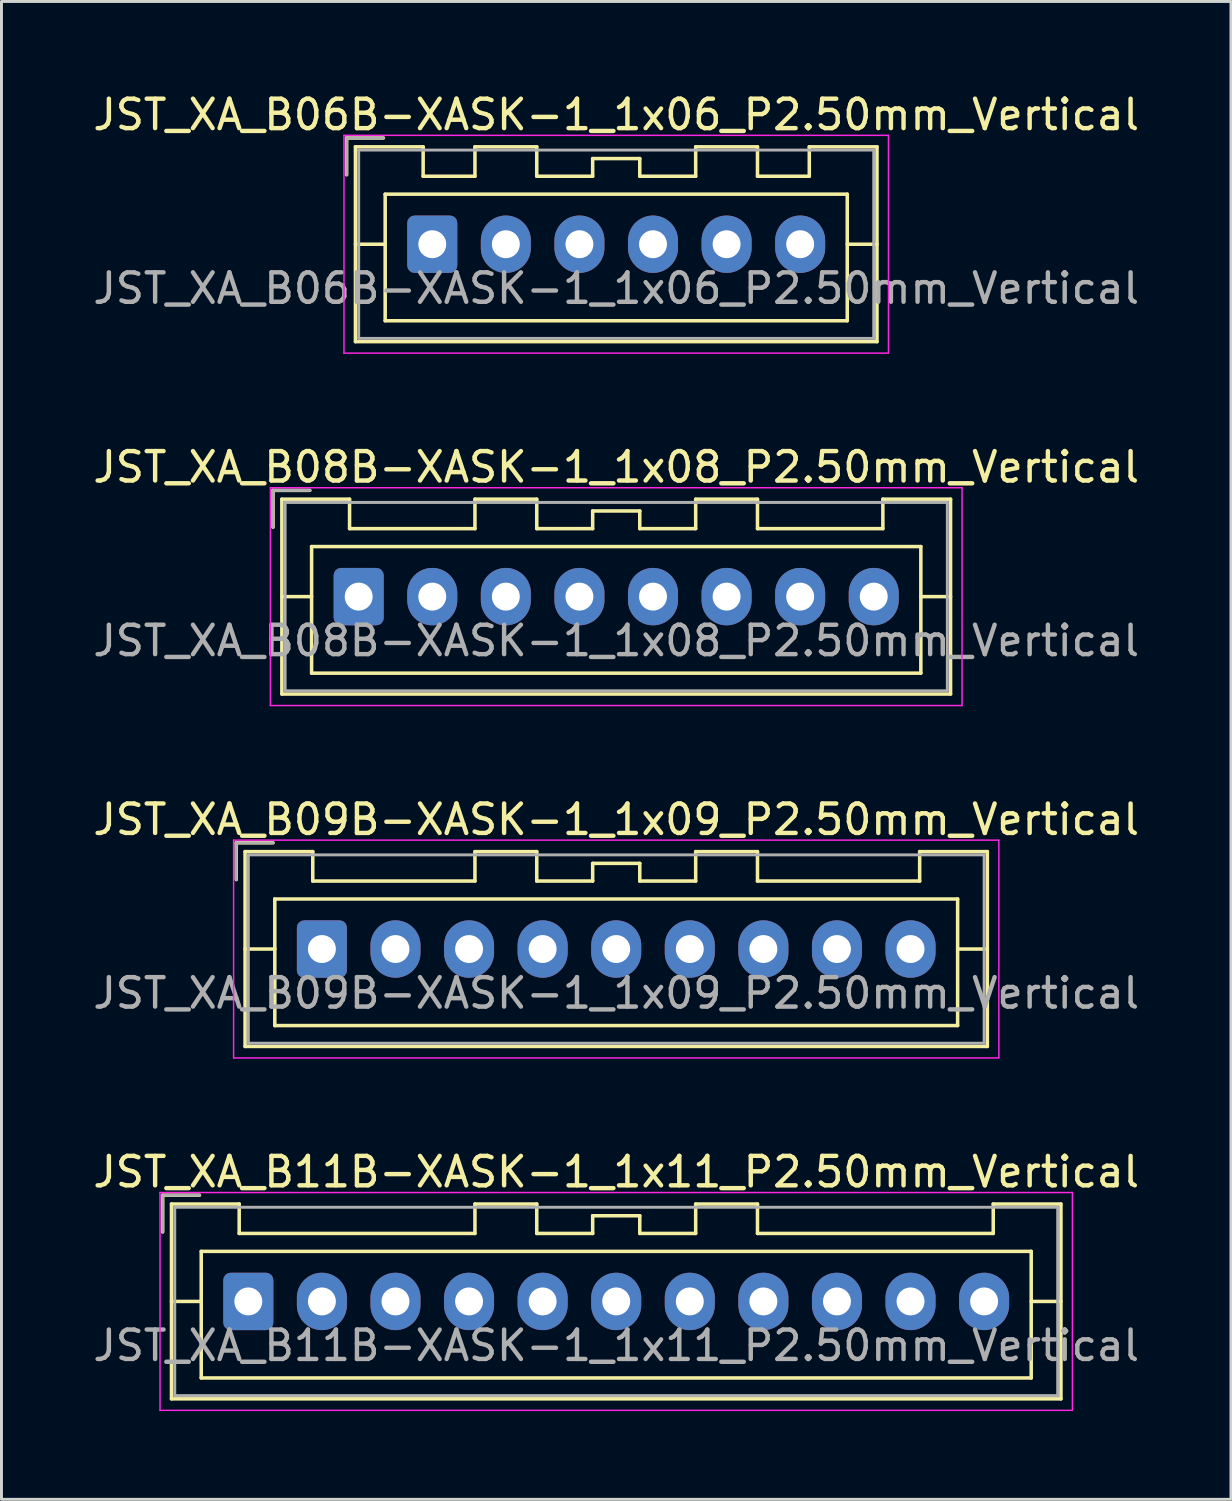
<source format=kicad_pcb>
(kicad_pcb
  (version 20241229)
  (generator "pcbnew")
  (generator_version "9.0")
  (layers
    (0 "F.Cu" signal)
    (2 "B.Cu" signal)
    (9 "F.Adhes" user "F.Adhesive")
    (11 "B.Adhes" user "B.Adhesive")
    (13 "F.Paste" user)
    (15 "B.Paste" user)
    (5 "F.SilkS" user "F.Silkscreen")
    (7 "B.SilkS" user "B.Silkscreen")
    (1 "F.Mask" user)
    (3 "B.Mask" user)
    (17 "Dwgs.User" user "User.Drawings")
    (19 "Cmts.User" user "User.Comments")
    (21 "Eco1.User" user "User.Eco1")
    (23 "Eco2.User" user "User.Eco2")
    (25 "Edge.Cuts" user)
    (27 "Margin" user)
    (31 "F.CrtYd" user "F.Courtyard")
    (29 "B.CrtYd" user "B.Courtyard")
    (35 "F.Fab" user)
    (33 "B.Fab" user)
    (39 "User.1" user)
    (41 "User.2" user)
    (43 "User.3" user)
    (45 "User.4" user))
  (footprint "JST_XA_B08B-XASK-1_1x08_P2.50mm_Vertical"
    (layer "F.Cu")
    (at 9.137 17.221)
    (property "Reference" "JST_XA_B08B-XASK-1_1x08_P2.50mm_Vertical" (at 8.75 -4.4 0) (layer "F.SilkS") (effects (font (size 1 1) (thickness 0.15))))
    (attr through_hole)
    (fp_line (start -2.91 -3.61) (end -2.91 -2.36) (stroke (width 0.12) (type solid)) (layer "F.SilkS"))
    (fp_line (start -2.61 -3.31) (end -2.61 3.31) (stroke (width 0.12) (type solid)) (layer "F.SilkS"))
    (fp_line (start -2.61 0) (end -1.6 0) (stroke (width 0.12) (type solid)) (layer "F.SilkS"))
    (fp_line (start -2.61 3.31) (end 20.11 3.31) (stroke (width 0.12) (type solid)) (layer "F.SilkS"))
    (fp_line (start -1.66 -3.61) (end -2.91 -3.61) (stroke (width 0.12) (type solid)) (layer "F.SilkS"))
    (fp_line (start -1.6 -1.7) (end -1.6 2.6) (stroke (width 0.12) (type solid)) (layer "F.SilkS"))
    (fp_line (start -1.6 2.6) (end 19.1 2.6) (stroke (width 0.12) (type solid)) (layer "F.SilkS"))
    (fp_line (start -0.31 -3.31) (end -2.61 -3.31) (stroke (width 0.12) (type solid)) (layer "F.SilkS"))
    (fp_line (start -0.31 -2.31) (end -0.31 -3.31) (stroke (width 0.12) (type solid)) (layer "F.SilkS"))
    (fp_line (start 3.95 -3.31) (end 3.95 -2.31) (stroke (width 0.12) (type solid)) (layer "F.SilkS"))
    (fp_line (start 3.95 -2.31) (end -0.31 -2.31) (stroke (width 0.12) (type solid)) (layer "F.SilkS"))
    (fp_line (start 6.05 -3.31) (end 3.95 -3.31) (stroke (width 0.12) (type solid)) (layer "F.SilkS"))
    (fp_line (start 6.05 -2.31) (end 6.05 -3.31) (stroke (width 0.12) (type solid)) (layer "F.SilkS"))
    (fp_line (start 7.95 -2.91) (end 7.95 -2.31) (stroke (width 0.12) (type solid)) (layer "F.SilkS"))
    (fp_line (start 7.95 -2.31) (end 6.05 -2.31) (stroke (width 0.12) (type solid)) (layer "F.SilkS"))
    (fp_line (start 9.55 -2.91) (end 7.95 -2.91) (stroke (width 0.12) (type solid)) (layer "F.SilkS"))
    (fp_line (start 9.55 -2.31) (end 9.55 -2.91) (stroke (width 0.12) (type solid)) (layer "F.SilkS"))
    (fp_line (start 11.45 -3.31) (end 11.45 -2.31) (stroke (width 0.12) (type solid)) (layer "F.SilkS"))
    (fp_line (start 11.45 -2.31) (end 9.55 -2.31) (stroke (width 0.12) (type solid)) (layer "F.SilkS"))
    (fp_line (start 13.55 -3.31) (end 11.45 -3.31) (stroke (width 0.12) (type solid)) (layer "F.SilkS"))
    (fp_line (start 13.55 -2.31) (end 13.55 -3.31) (stroke (width 0.12) (type solid)) (layer "F.SilkS"))
    (fp_line (start 17.81 -3.31) (end 17.81 -2.31) (stroke (width 0.12) (type solid)) (layer "F.SilkS"))
    (fp_line (start 17.81 -2.31) (end 13.55 -2.31) (stroke (width 0.12) (type solid)) (layer "F.SilkS"))
    (fp_line (start 19.1 -1.7) (end -1.6 -1.7) (stroke (width 0.12) (type solid)) (layer "F.SilkS"))
    (fp_line (start 19.1 2.6) (end 19.1 -1.7) (stroke (width 0.12) (type solid)) (layer "F.SilkS"))
    (fp_line (start 20.11 -3.31) (end 17.81 -3.31) (stroke (width 0.12) (type solid)) (layer "F.SilkS"))
    (fp_line (start 20.11 0) (end 19.1 0) (stroke (width 0.12) (type solid)) (layer "F.SilkS"))
    (fp_line (start 20.11 3.31) (end 20.11 -3.31) (stroke (width 0.12) (type solid)) (layer "F.SilkS"))
    (fp_line (start -3 -3.7) (end -3 3.7) (stroke (width 0.05) (type solid)) (layer "F.CrtYd"))
    (fp_line (start -3 3.7) (end 20.5 3.7) (stroke (width 0.05) (type solid)) (layer "F.CrtYd"))
    (fp_line (start 20.5 -3.7) (end -3 -3.7) (stroke (width 0.05) (type solid)) (layer "F.CrtYd"))
    (fp_line (start 20.5 3.7) (end 20.5 -3.7) (stroke (width 0.05) (type solid)) (layer "F.CrtYd"))
    (fp_line (start -2.91 -3.61) (end -2.91 -2.36) (stroke (width 0.1) (type solid)) (layer "F.Fab"))
    (fp_line (start -2.5 -3.2) (end -2.5 3.2) (stroke (width 0.1) (type solid)) (layer "F.Fab"))
    (fp_line (start -2.5 3.2) (end 20 3.2) (stroke (width 0.1) (type solid)) (layer "F.Fab"))
    (fp_line (start -1.66 -3.61) (end -2.91 -3.61) (stroke (width 0.1) (type solid)) (layer "F.Fab"))
    (fp_line (start 20 -3.2) (end -2.5 -3.2) (stroke (width 0.1) (type solid)) (layer "F.Fab"))
    (fp_line (start 20 3.2) (end 20 -3.2) (stroke (width 0.1) (type solid)) (layer "F.Fab"))
    (fp_text user "${REFERENCE}" (at 8.75 1.5 0) (layer "F.Fab") (effects (font (size 1 1) (thickness 0.15))))
    (pad "1" thru_hole roundrect (at 0 0) (size 1.7 1.95) (drill 0.95) (layers "*.Cu" "*.Mask") (roundrect_rratio 0.147))
    (pad "2" thru_hole oval (at 2.5 0) (size 1.7 1.95) (drill 0.95) (layers "*.Cu" "*.Mask"))
    (pad "3" thru_hole oval (at 5 0) (size 1.7 1.95) (drill 0.95) (layers "*.Cu" "*.Mask"))
    (pad "4" thru_hole oval (at 7.5 0) (size 1.7 1.95) (drill 0.95) (layers "*.Cu" "*.Mask"))
    (pad "5" thru_hole oval (at 10 0) (size 1.7 1.95) (drill 0.95) (layers "*.Cu" "*.Mask"))
    (pad "6" thru_hole oval (at 12.5 0) (size 1.7 1.95) (drill 0.95) (layers "*.Cu" "*.Mask"))
    (pad "7" thru_hole oval (at 15 0) (size 1.7 1.95) (drill 0.95) (layers "*.Cu" "*.Mask"))
    (pad "8" thru_hole oval (at 17.5 0) (size 1.7 1.95) (drill 0.95) (layers "*.Cu" "*.Mask")))
  (footprint "JST_XA_B06B-XASK-1_1x06_P2.50mm_Vertical"
    (layer "F.Cu")
    (at 11.637 5.248)
    (property "Reference" "JST_XA_B06B-XASK-1_1x06_P2.50mm_Vertical" (at 6.25 -4.4 0) (layer "F.SilkS") (effects (font (size 1 1) (thickness 0.15))))
    (attr through_hole)
    (fp_line (start -2.91 -3.61) (end -2.91 -2.36) (stroke (width 0.12) (type solid)) (layer "F.SilkS"))
    (fp_line (start -2.61 -3.31) (end -2.61 3.31) (stroke (width 0.12) (type solid)) (layer "F.SilkS"))
    (fp_line (start -2.61 0) (end -1.6 0) (stroke (width 0.12) (type solid)) (layer "F.SilkS"))
    (fp_line (start -2.61 3.31) (end 15.11 3.31) (stroke (width 0.12) (type solid)) (layer "F.SilkS"))
    (fp_line (start -1.66 -3.61) (end -2.91 -3.61) (stroke (width 0.12) (type solid)) (layer "F.SilkS"))
    (fp_line (start -1.6 -1.7) (end -1.6 2.6) (stroke (width 0.12) (type solid)) (layer "F.SilkS"))
    (fp_line (start -1.6 2.6) (end 14.1 2.6) (stroke (width 0.12) (type solid)) (layer "F.SilkS"))
    (fp_line (start -0.31 -3.31) (end -2.61 -3.31) (stroke (width 0.12) (type solid)) (layer "F.SilkS"))
    (fp_line (start -0.31 -2.31) (end -0.31 -3.31) (stroke (width 0.12) (type solid)) (layer "F.SilkS"))
    (fp_line (start 1.45 -3.31) (end 1.45 -2.31) (stroke (width 0.12) (type solid)) (layer "F.SilkS"))
    (fp_line (start 1.45 -2.31) (end -0.31 -2.31) (stroke (width 0.12) (type solid)) (layer "F.SilkS"))
    (fp_line (start 3.55 -3.31) (end 1.45 -3.31) (stroke (width 0.12) (type solid)) (layer "F.SilkS"))
    (fp_line (start 3.55 -2.31) (end 3.55 -3.31) (stroke (width 0.12) (type solid)) (layer "F.SilkS"))
    (fp_line (start 5.45 -2.91) (end 5.45 -2.31) (stroke (width 0.12) (type solid)) (layer "F.SilkS"))
    (fp_line (start 5.45 -2.31) (end 3.55 -2.31) (stroke (width 0.12) (type solid)) (layer "F.SilkS"))
    (fp_line (start 7.05 -2.91) (end 5.45 -2.91) (stroke (width 0.12) (type solid)) (layer "F.SilkS"))
    (fp_line (start 7.05 -2.31) (end 7.05 -2.91) (stroke (width 0.12) (type solid)) (layer "F.SilkS"))
    (fp_line (start 8.95 -3.31) (end 8.95 -2.31) (stroke (width 0.12) (type solid)) (layer "F.SilkS"))
    (fp_line (start 8.95 -2.31) (end 7.05 -2.31) (stroke (width 0.12) (type solid)) (layer "F.SilkS"))
    (fp_line (start 11.05 -3.31) (end 8.95 -3.31) (stroke (width 0.12) (type solid)) (layer "F.SilkS"))
    (fp_line (start 11.05 -2.31) (end 11.05 -3.31) (stroke (width 0.12) (type solid)) (layer "F.SilkS"))
    (fp_line (start 12.81 -3.31) (end 12.81 -2.31) (stroke (width 0.12) (type solid)) (layer "F.SilkS"))
    (fp_line (start 12.81 -2.31) (end 11.05 -2.31) (stroke (width 0.12) (type solid)) (layer "F.SilkS"))
    (fp_line (start 14.1 -1.7) (end -1.6 -1.7) (stroke (width 0.12) (type solid)) (layer "F.SilkS"))
    (fp_line (start 14.1 2.6) (end 14.1 -1.7) (stroke (width 0.12) (type solid)) (layer "F.SilkS"))
    (fp_line (start 15.11 -3.31) (end 12.81 -3.31) (stroke (width 0.12) (type solid)) (layer "F.SilkS"))
    (fp_line (start 15.11 0) (end 14.1 0) (stroke (width 0.12) (type solid)) (layer "F.SilkS"))
    (fp_line (start 15.11 3.31) (end 15.11 -3.31) (stroke (width 0.12) (type solid)) (layer "F.SilkS"))
    (fp_line (start -3 -3.7) (end -3 3.7) (stroke (width 0.05) (type solid)) (layer "F.CrtYd"))
    (fp_line (start -3 3.7) (end 15.5 3.7) (stroke (width 0.05) (type solid)) (layer "F.CrtYd"))
    (fp_line (start 15.5 -3.7) (end -3 -3.7) (stroke (width 0.05) (type solid)) (layer "F.CrtYd"))
    (fp_line (start 15.5 3.7) (end 15.5 -3.7) (stroke (width 0.05) (type solid)) (layer "F.CrtYd"))
    (fp_line (start -2.91 -3.61) (end -2.91 -2.36) (stroke (width 0.1) (type solid)) (layer "F.Fab"))
    (fp_line (start -2.5 -3.2) (end -2.5 3.2) (stroke (width 0.1) (type solid)) (layer "F.Fab"))
    (fp_line (start -2.5 3.2) (end 15 3.2) (stroke (width 0.1) (type solid)) (layer "F.Fab"))
    (fp_line (start -1.66 -3.61) (end -2.91 -3.61) (stroke (width 0.1) (type solid)) (layer "F.Fab"))
    (fp_line (start 15 -3.2) (end -2.5 -3.2) (stroke (width 0.1) (type solid)) (layer "F.Fab"))
    (fp_line (start 15 3.2) (end 15 -3.2) (stroke (width 0.1) (type solid)) (layer "F.Fab"))
    (fp_text user "${REFERENCE}" (at 6.25 1.5 0) (layer "F.Fab") (effects (font (size 1 1) (thickness 0.15))))
    (pad "1" thru_hole roundrect (at 0 0) (size 1.7 1.95) (drill 0.95) (layers "*.Cu" "*.Mask") (roundrect_rratio 0.147))
    (pad "2" thru_hole oval (at 2.5 0) (size 1.7 1.95) (drill 0.95) (layers "*.Cu" "*.Mask"))
    (pad "3" thru_hole oval (at 5 0) (size 1.7 1.95) (drill 0.95) (layers "*.Cu" "*.Mask"))
    (pad "4" thru_hole oval (at 7.5 0) (size 1.7 1.95) (drill 0.95) (layers "*.Cu" "*.Mask"))
    (pad "5" thru_hole oval (at 10 0) (size 1.7 1.95) (drill 0.95) (layers "*.Cu" "*.Mask"))
    (pad "6" thru_hole oval (at 12.5 0) (size 1.7 1.95) (drill 0.95) (layers "*.Cu" "*.Mask")))
  (footprint "JST_XA_B09B-XASK-1_1x09_P2.50mm_Vertical"
    (layer "F.Cu")
    (at 7.887 29.195)
    (property "Reference" "JST_XA_B09B-XASK-1_1x09_P2.50mm_Vertical" (at 10 -4.4 0) (layer "F.SilkS") (effects (font (size 1 1) (thickness 0.15))))
    (attr through_hole)
    (fp_line (start -2.91 -3.61) (end -2.91 -2.36) (stroke (width 0.12) (type solid)) (layer "F.SilkS"))
    (fp_line (start -2.61 -3.31) (end -2.61 3.31) (stroke (width 0.12) (type solid)) (layer "F.SilkS"))
    (fp_line (start -2.61 0) (end -1.6 0) (stroke (width 0.12) (type solid)) (layer "F.SilkS"))
    (fp_line (start -2.61 3.31) (end 22.61 3.31) (stroke (width 0.12) (type solid)) (layer "F.SilkS"))
    (fp_line (start -1.66 -3.61) (end -2.91 -3.61) (stroke (width 0.12) (type solid)) (layer "F.SilkS"))
    (fp_line (start -1.6 -1.7) (end -1.6 2.6) (stroke (width 0.12) (type solid)) (layer "F.SilkS"))
    (fp_line (start -1.6 2.6) (end 21.6 2.6) (stroke (width 0.12) (type solid)) (layer "F.SilkS"))
    (fp_line (start -0.31 -3.31) (end -2.61 -3.31) (stroke (width 0.12) (type solid)) (layer "F.SilkS"))
    (fp_line (start -0.31 -2.31) (end -0.31 -3.31) (stroke (width 0.12) (type solid)) (layer "F.SilkS"))
    (fp_line (start 5.2 -3.31) (end 5.2 -2.31) (stroke (width 0.12) (type solid)) (layer "F.SilkS"))
    (fp_line (start 5.2 -2.31) (end -0.31 -2.31) (stroke (width 0.12) (type solid)) (layer "F.SilkS"))
    (fp_line (start 7.3 -3.31) (end 5.2 -3.31) (stroke (width 0.12) (type solid)) (layer "F.SilkS"))
    (fp_line (start 7.3 -2.31) (end 7.3 -3.31) (stroke (width 0.12) (type solid)) (layer "F.SilkS"))
    (fp_line (start 9.2 -2.91) (end 9.2 -2.31) (stroke (width 0.12) (type solid)) (layer "F.SilkS"))
    (fp_line (start 9.2 -2.31) (end 7.3 -2.31) (stroke (width 0.12) (type solid)) (layer "F.SilkS"))
    (fp_line (start 10.8 -2.91) (end 9.2 -2.91) (stroke (width 0.12) (type solid)) (layer "F.SilkS"))
    (fp_line (start 10.8 -2.31) (end 10.8 -2.91) (stroke (width 0.12) (type solid)) (layer "F.SilkS"))
    (fp_line (start 12.7 -3.31) (end 12.7 -2.31) (stroke (width 0.12) (type solid)) (layer "F.SilkS"))
    (fp_line (start 12.7 -2.31) (end 10.8 -2.31) (stroke (width 0.12) (type solid)) (layer "F.SilkS"))
    (fp_line (start 14.8 -3.31) (end 12.7 -3.31) (stroke (width 0.12) (type solid)) (layer "F.SilkS"))
    (fp_line (start 14.8 -2.31) (end 14.8 -3.31) (stroke (width 0.12) (type solid)) (layer "F.SilkS"))
    (fp_line (start 20.31 -3.31) (end 20.31 -2.31) (stroke (width 0.12) (type solid)) (layer "F.SilkS"))
    (fp_line (start 20.31 -2.31) (end 14.8 -2.31) (stroke (width 0.12) (type solid)) (layer "F.SilkS"))
    (fp_line (start 21.6 -1.7) (end -1.6 -1.7) (stroke (width 0.12) (type solid)) (layer "F.SilkS"))
    (fp_line (start 21.6 2.6) (end 21.6 -1.7) (stroke (width 0.12) (type solid)) (layer "F.SilkS"))
    (fp_line (start 22.61 -3.31) (end 20.31 -3.31) (stroke (width 0.12) (type solid)) (layer "F.SilkS"))
    (fp_line (start 22.61 0) (end 21.6 0) (stroke (width 0.12) (type solid)) (layer "F.SilkS"))
    (fp_line (start 22.61 3.31) (end 22.61 -3.31) (stroke (width 0.12) (type solid)) (layer "F.SilkS"))
    (fp_line (start -3 -3.7) (end -3 3.7) (stroke (width 0.05) (type solid)) (layer "F.CrtYd"))
    (fp_line (start -3 3.7) (end 23 3.7) (stroke (width 0.05) (type solid)) (layer "F.CrtYd"))
    (fp_line (start 23 -3.7) (end -3 -3.7) (stroke (width 0.05) (type solid)) (layer "F.CrtYd"))
    (fp_line (start 23 3.7) (end 23 -3.7) (stroke (width 0.05) (type solid)) (layer "F.CrtYd"))
    (fp_line (start -2.91 -3.61) (end -2.91 -2.36) (stroke (width 0.1) (type solid)) (layer "F.Fab"))
    (fp_line (start -2.5 -3.2) (end -2.5 3.2) (stroke (width 0.1) (type solid)) (layer "F.Fab"))
    (fp_line (start -2.5 3.2) (end 22.5 3.2) (stroke (width 0.1) (type solid)) (layer "F.Fab"))
    (fp_line (start -1.66 -3.61) (end -2.91 -3.61) (stroke (width 0.1) (type solid)) (layer "F.Fab"))
    (fp_line (start 22.5 -3.2) (end -2.5 -3.2) (stroke (width 0.1) (type solid)) (layer "F.Fab"))
    (fp_line (start 22.5 3.2) (end 22.5 -3.2) (stroke (width 0.1) (type solid)) (layer "F.Fab"))
    (fp_text user "${REFERENCE}" (at 10 1.5 0) (layer "F.Fab") (effects (font (size 1 1) (thickness 0.15))))
    (pad "1" thru_hole roundrect (at 0 0) (size 1.7 1.95) (drill 0.95) (layers "*.Cu" "*.Mask") (roundrect_rratio 0.147))
    (pad "2" thru_hole oval (at 2.5 0) (size 1.7 1.95) (drill 0.95) (layers "*.Cu" "*.Mask"))
    (pad "3" thru_hole oval (at 5 0) (size 1.7 1.95) (drill 0.95) (layers "*.Cu" "*.Mask"))
    (pad "4" thru_hole oval (at 7.5 0) (size 1.7 1.95) (drill 0.95) (layers "*.Cu" "*.Mask"))
    (pad "5" thru_hole oval (at 10 0) (size 1.7 1.95) (drill 0.95) (layers "*.Cu" "*.Mask"))
    (pad "6" thru_hole oval (at 12.5 0) (size 1.7 1.95) (drill 0.95) (layers "*.Cu" "*.Mask"))
    (pad "7" thru_hole oval (at 15 0) (size 1.7 1.95) (drill 0.95) (layers "*.Cu" "*.Mask"))
    (pad "8" thru_hole oval (at 17.5 0) (size 1.7 1.95) (drill 0.95) (layers "*.Cu" "*.Mask"))
    (pad "9" thru_hole oval (at 20 0) (size 1.7 1.95) (drill 0.95) (layers "*.Cu" "*.Mask")))
  (footprint "JST_XA_B11B-XASK-1_1x11_P2.50mm_Vertical"
    (layer "F.Cu")
    (at 5.387 41.168)
    (property "Reference" "JST_XA_B11B-XASK-1_1x11_P2.50mm_Vertical" (at 12.5 -4.4 0) (layer "F.SilkS") (effects (font (size 1 1) (thickness 0.15))))
    (attr through_hole)
    (fp_line (start -2.91 -3.61) (end -2.91 -2.36) (stroke (width 0.12) (type solid)) (layer "F.SilkS"))
    (fp_line (start -2.61 -3.31) (end -2.61 3.31) (stroke (width 0.12) (type solid)) (layer "F.SilkS"))
    (fp_line (start -2.61 0) (end -1.6 0) (stroke (width 0.12) (type solid)) (layer "F.SilkS"))
    (fp_line (start -2.61 3.31) (end 27.61 3.31) (stroke (width 0.12) (type solid)) (layer "F.SilkS"))
    (fp_line (start -1.66 -3.61) (end -2.91 -3.61) (stroke (width 0.12) (type solid)) (layer "F.SilkS"))
    (fp_line (start -1.6 -1.7) (end -1.6 2.6) (stroke (width 0.12) (type solid)) (layer "F.SilkS"))
    (fp_line (start -1.6 2.6) (end 26.6 2.6) (stroke (width 0.12) (type solid)) (layer "F.SilkS"))
    (fp_line (start -0.31 -3.31) (end -2.61 -3.31) (stroke (width 0.12) (type solid)) (layer "F.SilkS"))
    (fp_line (start -0.31 -2.31) (end -0.31 -3.31) (stroke (width 0.12) (type solid)) (layer "F.SilkS"))
    (fp_line (start 7.7 -3.31) (end 7.7 -2.31) (stroke (width 0.12) (type solid)) (layer "F.SilkS"))
    (fp_line (start 7.7 -2.31) (end -0.31 -2.31) (stroke (width 0.12) (type solid)) (layer "F.SilkS"))
    (fp_line (start 9.8 -3.31) (end 7.7 -3.31) (stroke (width 0.12) (type solid)) (layer "F.SilkS"))
    (fp_line (start 9.8 -2.31) (end 9.8 -3.31) (stroke (width 0.12) (type solid)) (layer "F.SilkS"))
    (fp_line (start 11.7 -2.91) (end 11.7 -2.31) (stroke (width 0.12) (type solid)) (layer "F.SilkS"))
    (fp_line (start 11.7 -2.31) (end 9.8 -2.31) (stroke (width 0.12) (type solid)) (layer "F.SilkS"))
    (fp_line (start 13.3 -2.91) (end 11.7 -2.91) (stroke (width 0.12) (type solid)) (layer "F.SilkS"))
    (fp_line (start 13.3 -2.31) (end 13.3 -2.91) (stroke (width 0.12) (type solid)) (layer "F.SilkS"))
    (fp_line (start 15.2 -3.31) (end 15.2 -2.31) (stroke (width 0.12) (type solid)) (layer "F.SilkS"))
    (fp_line (start 15.2 -2.31) (end 13.3 -2.31) (stroke (width 0.12) (type solid)) (layer "F.SilkS"))
    (fp_line (start 17.3 -3.31) (end 15.2 -3.31) (stroke (width 0.12) (type solid)) (layer "F.SilkS"))
    (fp_line (start 17.3 -2.31) (end 17.3 -3.31) (stroke (width 0.12) (type solid)) (layer "F.SilkS"))
    (fp_line (start 25.31 -3.31) (end 25.31 -2.31) (stroke (width 0.12) (type solid)) (layer "F.SilkS"))
    (fp_line (start 25.31 -2.31) (end 17.3 -2.31) (stroke (width 0.12) (type solid)) (layer "F.SilkS"))
    (fp_line (start 26.6 -1.7) (end -1.6 -1.7) (stroke (width 0.12) (type solid)) (layer "F.SilkS"))
    (fp_line (start 26.6 2.6) (end 26.6 -1.7) (stroke (width 0.12) (type solid)) (layer "F.SilkS"))
    (fp_line (start 27.61 -3.31) (end 25.31 -3.31) (stroke (width 0.12) (type solid)) (layer "F.SilkS"))
    (fp_line (start 27.61 0) (end 26.6 0) (stroke (width 0.12) (type solid)) (layer "F.SilkS"))
    (fp_line (start 27.61 3.31) (end 27.61 -3.31) (stroke (width 0.12) (type solid)) (layer "F.SilkS"))
    (fp_line (start -3 -3.7) (end -3 3.7) (stroke (width 0.05) (type solid)) (layer "F.CrtYd"))
    (fp_line (start -3 3.7) (end 28 3.7) (stroke (width 0.05) (type solid)) (layer "F.CrtYd"))
    (fp_line (start 28 -3.7) (end -3 -3.7) (stroke (width 0.05) (type solid)) (layer "F.CrtYd"))
    (fp_line (start 28 3.7) (end 28 -3.7) (stroke (width 0.05) (type solid)) (layer "F.CrtYd"))
    (fp_line (start -2.91 -3.61) (end -2.91 -2.36) (stroke (width 0.1) (type solid)) (layer "F.Fab"))
    (fp_line (start -2.5 -3.2) (end -2.5 3.2) (stroke (width 0.1) (type solid)) (layer "F.Fab"))
    (fp_line (start -2.5 3.2) (end 27.5 3.2) (stroke (width 0.1) (type solid)) (layer "F.Fab"))
    (fp_line (start -1.66 -3.61) (end -2.91 -3.61) (stroke (width 0.1) (type solid)) (layer "F.Fab"))
    (fp_line (start 27.5 -3.2) (end -2.5 -3.2) (stroke (width 0.1) (type solid)) (layer "F.Fab"))
    (fp_line (start 27.5 3.2) (end 27.5 -3.2) (stroke (width 0.1) (type solid)) (layer "F.Fab"))
    (fp_text user "${REFERENCE}" (at 12.5 1.5 0) (layer "F.Fab") (effects (font (size 1 1) (thickness 0.15))))
    (pad "1" thru_hole roundrect (at 0 0) (size 1.7 1.95) (drill 0.95) (layers "*.Cu" "*.Mask") (roundrect_rratio 0.147))
    (pad "2" thru_hole oval (at 2.5 0) (size 1.7 1.95) (drill 0.95) (layers "*.Cu" "*.Mask"))
    (pad "3" thru_hole oval (at 5 0) (size 1.7 1.95) (drill 0.95) (layers "*.Cu" "*.Mask"))
    (pad "4" thru_hole oval (at 7.5 0) (size 1.7 1.95) (drill 0.95) (layers "*.Cu" "*.Mask"))
    (pad "5" thru_hole oval (at 10 0) (size 1.7 1.95) (drill 0.95) (layers "*.Cu" "*.Mask"))
    (pad "6" thru_hole oval (at 12.5 0) (size 1.7 1.95) (drill 0.95) (layers "*.Cu" "*.Mask"))
    (pad "7" thru_hole oval (at 15 0) (size 1.7 1.95) (drill 0.95) (layers "*.Cu" "*.Mask"))
    (pad "8" thru_hole oval (at 17.5 0) (size 1.7 1.95) (drill 0.95) (layers "*.Cu" "*.Mask"))
    (pad "9" thru_hole oval (at 20 0) (size 1.7 1.95) (drill 0.95) (layers "*.Cu" "*.Mask"))
    (pad "10" thru_hole oval (at 22.5 0) (size 1.7 1.95) (drill 0.95) (layers "*.Cu" "*.Mask"))
    (pad "11" thru_hole oval (at 25 0) (size 1.7 1.95) (drill 0.95) (layers "*.Cu" "*.Mask")))
  (gr_rect
    (start -3 -3)
    (end 38.774 47.893)
    (stroke (width 0.1) (type default))
    (fill no)
    (layer "Edge.Cuts")))
</source>
